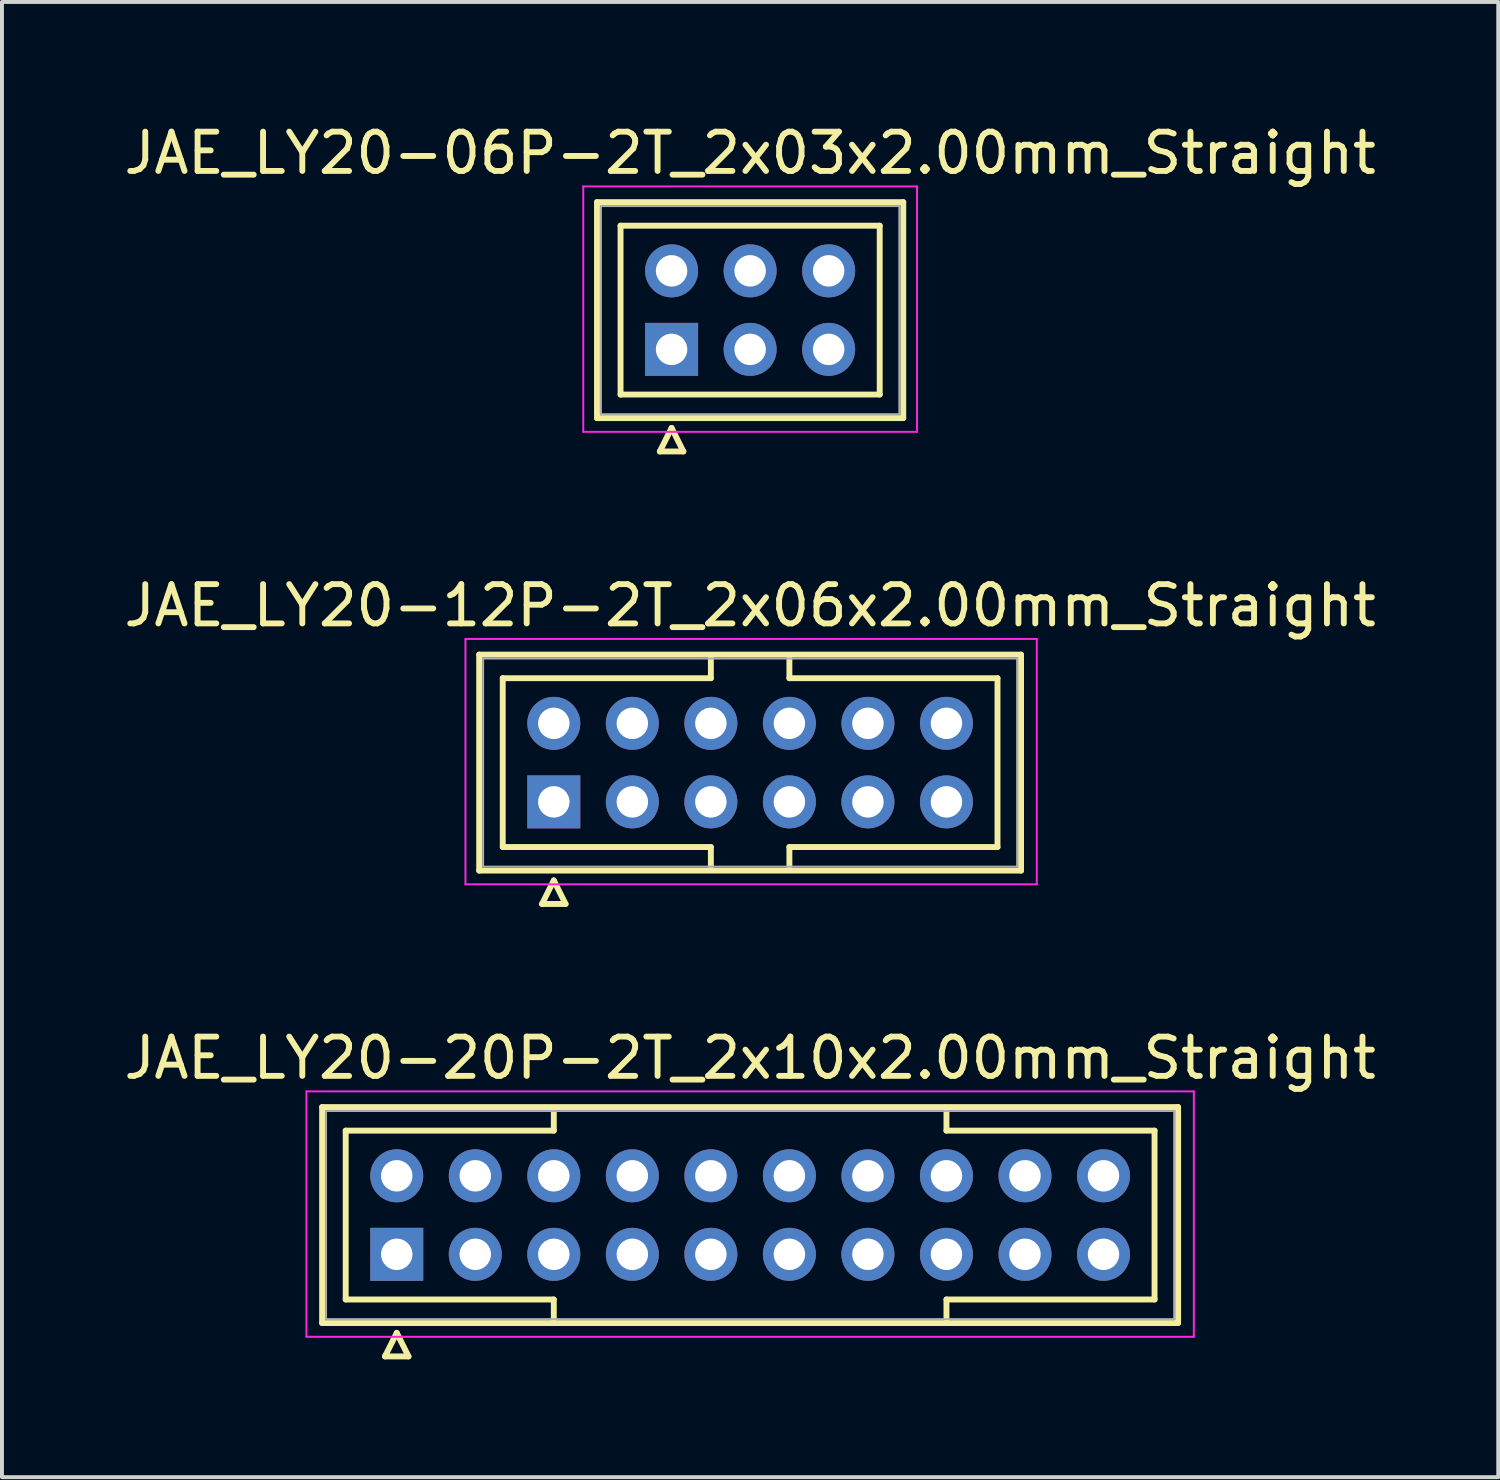
<source format=kicad_pcb>
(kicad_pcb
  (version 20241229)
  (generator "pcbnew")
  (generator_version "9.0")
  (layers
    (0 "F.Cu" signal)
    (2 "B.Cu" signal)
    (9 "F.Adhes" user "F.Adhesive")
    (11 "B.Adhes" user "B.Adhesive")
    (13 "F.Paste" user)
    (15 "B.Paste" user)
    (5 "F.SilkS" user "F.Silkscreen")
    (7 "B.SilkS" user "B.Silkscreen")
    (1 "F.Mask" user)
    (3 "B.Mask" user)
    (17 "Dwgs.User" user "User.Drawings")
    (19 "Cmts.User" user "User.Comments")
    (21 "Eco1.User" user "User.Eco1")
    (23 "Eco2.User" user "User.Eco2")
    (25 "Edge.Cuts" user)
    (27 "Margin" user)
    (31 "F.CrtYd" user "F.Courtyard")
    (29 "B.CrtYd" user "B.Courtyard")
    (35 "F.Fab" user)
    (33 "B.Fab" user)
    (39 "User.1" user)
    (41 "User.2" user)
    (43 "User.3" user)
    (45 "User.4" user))
  (footprint "JAE_LY20-06P-2T_2x03x2.00mm_Straight"
    (layer "F.Cu")
    (at 14.054 5.848)
    (property "Reference" "JAE_LY20-06P-2T_2x03x2.00mm_Straight" (at 2 -5 0) (layer "F.SilkS") (effects (font (size 1 1) (thickness 0.15))))
    (attr through_hole)
    (fp_line (start -1.9 -3.75) (end -1.9 1.75) (stroke (width 0.15) (type solid)) (layer "F.SilkS"))
    (fp_line (start -1.9 1.75) (end 5.9 1.75) (stroke (width 0.15) (type solid)) (layer "F.SilkS"))
    (fp_line (start -1.3 -3.15) (end -1.3 1.15) (stroke (width 0.15) (type solid)) (layer "F.SilkS"))
    (fp_line (start -1.3 1.15) (end 5.3 1.15) (stroke (width 0.15) (type solid)) (layer "F.SilkS"))
    (fp_line (start -0.3 2.6) (end 0.3 2.6) (stroke (width 0.15) (type solid)) (layer "F.SilkS"))
    (fp_line (start 0 2) (end -0.3 2.6) (stroke (width 0.15) (type solid)) (layer "F.SilkS"))
    (fp_line (start 0.3 2.6) (end 0 2) (stroke (width 0.15) (type solid)) (layer "F.SilkS"))
    (fp_line (start 5.3 -3.15) (end -1.3 -3.15) (stroke (width 0.15) (type solid)) (layer "F.SilkS"))
    (fp_line (start 5.3 1.15) (end 5.3 -3.15) (stroke (width 0.15) (type solid)) (layer "F.SilkS"))
    (fp_line (start 5.9 -3.75) (end -1.9 -3.75) (stroke (width 0.15) (type solid)) (layer "F.SilkS"))
    (fp_line (start 5.9 1.75) (end 5.9 -3.75) (stroke (width 0.15) (type solid)) (layer "F.SilkS"))
    (fp_line (start -2.25 -4.15) (end -2.25 2.1) (stroke (width 0.05) (type solid)) (layer "F.CrtYd"))
    (fp_line (start -2.25 2.1) (end 6.25 2.1) (stroke (width 0.05) (type solid)) (layer "F.CrtYd"))
    (fp_line (start 6.25 -4.15) (end -2.25 -4.15) (stroke (width 0.05) (type solid)) (layer "F.CrtYd"))
    (fp_line (start 6.25 2.1) (end 6.25 -4.15) (stroke (width 0.05) (type solid)) (layer "F.CrtYd"))
    (fp_line (start -1.8 -3.65) (end -1.8 1.65) (stroke (width 0.05) (type solid)) (layer "F.Fab"))
    (fp_line (start -1.8 1.65) (end 5.8 1.65) (stroke (width 0.05) (type solid)) (layer "F.Fab"))
    (fp_line (start 5.8 -3.65) (end -1.8 -3.65) (stroke (width 0.05) (type solid)) (layer "F.Fab"))
    (fp_line (start 5.8 1.65) (end 5.8 -3.65) (stroke (width 0.05) (type solid)) (layer "F.Fab"))
    (pad "1" thru_hole rect (at 0 0) (size 1.35 1.35) (drill 0.8) (layers "*.Cu" "*.Mask"))
    (pad "2" thru_hole circle (at 2 0) (size 1.35 1.35) (drill 0.8) (layers "*.Cu" "*.Mask"))
    (pad "3" thru_hole circle (at 4 0) (size 1.35 1.35) (drill 0.8) (layers "*.Cu" "*.Mask"))
    (pad "4" thru_hole circle (at 0 -2) (size 1.35 1.35) (drill 0.8) (layers "*.Cu" "*.Mask"))
    (pad "5" thru_hole circle (at 2 -2) (size 1.35 1.35) (drill 0.8) (layers "*.Cu" "*.Mask"))
    (pad "6" thru_hole circle (at 4 -2) (size 1.35 1.35) (drill 0.8) (layers "*.Cu" "*.Mask")))
  (footprint "JAE_LY20-12P-2T_2x06x2.00mm_Straight"
    (layer "F.Cu")
    (at 11.054 17.372)
    (property "Reference" "JAE_LY20-12P-2T_2x06x2.00mm_Straight" (at 5 -5 0) (layer "F.SilkS") (effects (font (size 1 1) (thickness 0.15))))
    (attr through_hole)
    (fp_line (start -1.9 -3.75) (end -1.9 1.75) (stroke (width 0.15) (type solid)) (layer "F.SilkS"))
    (fp_line (start -1.9 1.75) (end 11.9 1.75) (stroke (width 0.15) (type solid)) (layer "F.SilkS"))
    (fp_line (start -1.3 -3.15) (end 4 -3.15) (stroke (width 0.15) (type solid)) (layer "F.SilkS"))
    (fp_line (start -1.3 1.15) (end -1.3 -3.15) (stroke (width 0.15) (type solid)) (layer "F.SilkS"))
    (fp_line (start -0.3 2.6) (end 0.3 2.6) (stroke (width 0.15) (type solid)) (layer "F.SilkS"))
    (fp_line (start 0 2) (end -0.3 2.6) (stroke (width 0.15) (type solid)) (layer "F.SilkS"))
    (fp_line (start 0.3 2.6) (end 0 2) (stroke (width 0.15) (type solid)) (layer "F.SilkS"))
    (fp_line (start 4 -3.15) (end 4 -3.65) (stroke (width 0.15) (type solid)) (layer "F.SilkS"))
    (fp_line (start 4 1.15) (end -1.3 1.15) (stroke (width 0.15) (type solid)) (layer "F.SilkS"))
    (fp_line (start 4 1.65) (end 4 1.15) (stroke (width 0.15) (type solid)) (layer "F.SilkS"))
    (fp_line (start 6 -3.15) (end 6 -3.65) (stroke (width 0.15) (type solid)) (layer "F.SilkS"))
    (fp_line (start 6 1.15) (end 11.3 1.15) (stroke (width 0.15) (type solid)) (layer "F.SilkS"))
    (fp_line (start 6 1.65) (end 6 1.15) (stroke (width 0.15) (type solid)) (layer "F.SilkS"))
    (fp_line (start 11.3 -3.15) (end 6 -3.15) (stroke (width 0.15) (type solid)) (layer "F.SilkS"))
    (fp_line (start 11.3 1.15) (end 11.3 -3.15) (stroke (width 0.15) (type solid)) (layer "F.SilkS"))
    (fp_line (start 11.9 -3.75) (end -1.9 -3.75) (stroke (width 0.15) (type solid)) (layer "F.SilkS"))
    (fp_line (start 11.9 1.75) (end 11.9 -3.75) (stroke (width 0.15) (type solid)) (layer "F.SilkS"))
    (fp_line (start -2.25 -4.15) (end -2.25 2.1) (stroke (width 0.05) (type solid)) (layer "F.CrtYd"))
    (fp_line (start -2.25 2.1) (end 12.3 2.1) (stroke (width 0.05) (type solid)) (layer "F.CrtYd"))
    (fp_line (start 12.3 -4.15) (end -2.25 -4.15) (stroke (width 0.05) (type solid)) (layer "F.CrtYd"))
    (fp_line (start 12.3 2.1) (end 12.3 -4.15) (stroke (width 0.05) (type solid)) (layer "F.CrtYd"))
    (fp_line (start -1.8 -3.65) (end -1.8 1.65) (stroke (width 0.05) (type solid)) (layer "F.Fab"))
    (fp_line (start -1.8 1.65) (end 11.8 1.65) (stroke (width 0.05) (type solid)) (layer "F.Fab"))
    (fp_line (start 11.8 -3.65) (end -1.8 -3.65) (stroke (width 0.05) (type solid)) (layer "F.Fab"))
    (fp_line (start 11.8 1.65) (end 11.8 -3.65) (stroke (width 0.05) (type solid)) (layer "F.Fab"))
    (pad "1" thru_hole rect (at 0 0) (size 1.35 1.35) (drill 0.8) (layers "*.Cu" "*.Mask"))
    (pad "2" thru_hole circle (at 2 0) (size 1.35 1.35) (drill 0.8) (layers "*.Cu" "*.Mask"))
    (pad "3" thru_hole circle (at 4 0) (size 1.35 1.35) (drill 0.8) (layers "*.Cu" "*.Mask"))
    (pad "4" thru_hole circle (at 6 0) (size 1.35 1.35) (drill 0.8) (layers "*.Cu" "*.Mask"))
    (pad "5" thru_hole circle (at 8 0) (size 1.35 1.35) (drill 0.8) (layers "*.Cu" "*.Mask"))
    (pad "6" thru_hole circle (at 10 0) (size 1.35 1.35) (drill 0.8) (layers "*.Cu" "*.Mask"))
    (pad "7" thru_hole circle (at 0 -2) (size 1.35 1.35) (drill 0.8) (layers "*.Cu" "*.Mask"))
    (pad "8" thru_hole circle (at 2 -2) (size 1.35 1.35) (drill 0.8) (layers "*.Cu" "*.Mask"))
    (pad "9" thru_hole circle (at 4 -2) (size 1.35 1.35) (drill 0.8) (layers "*.Cu" "*.Mask"))
    (pad "10" thru_hole circle (at 6 -2) (size 1.35 1.35) (drill 0.8) (layers "*.Cu" "*.Mask"))
    (pad "11" thru_hole circle (at 8 -2) (size 1.35 1.35) (drill 0.8) (layers "*.Cu" "*.Mask"))
    (pad "12" thru_hole circle (at 10 -2) (size 1.35 1.35) (drill 0.8) (layers "*.Cu" "*.Mask")))
  (footprint "JAE_LY20-20P-2T_2x10x2.00mm_Straight"
    (layer "F.Cu")
    (at 7.054 28.895)
    (property "Reference" "JAE_LY20-20P-2T_2x10x2.00mm_Straight" (at 9 -5 0) (layer "F.SilkS") (effects (font (size 1 1) (thickness 0.15))))
    (attr through_hole)
    (fp_line (start -1.9 -3.75) (end -1.9 1.75) (stroke (width 0.15) (type solid)) (layer "F.SilkS"))
    (fp_line (start -1.9 1.75) (end 19.9 1.75) (stroke (width 0.15) (type solid)) (layer "F.SilkS"))
    (fp_line (start -1.3 -3.15) (end 4 -3.15) (stroke (width 0.15) (type solid)) (layer "F.SilkS"))
    (fp_line (start -1.3 1.15) (end -1.3 -3.15) (stroke (width 0.15) (type solid)) (layer "F.SilkS"))
    (fp_line (start -0.3 2.6) (end 0.3 2.6) (stroke (width 0.15) (type solid)) (layer "F.SilkS"))
    (fp_line (start 0 2) (end -0.3 2.6) (stroke (width 0.15) (type solid)) (layer "F.SilkS"))
    (fp_line (start 0.3 2.6) (end 0 2) (stroke (width 0.15) (type solid)) (layer "F.SilkS"))
    (fp_line (start 4 -3.15) (end 4 -3.65) (stroke (width 0.15) (type solid)) (layer "F.SilkS"))
    (fp_line (start 4 1.15) (end -1.3 1.15) (stroke (width 0.15) (type solid)) (layer "F.SilkS"))
    (fp_line (start 4 1.65) (end 4 1.15) (stroke (width 0.15) (type solid)) (layer "F.SilkS"))
    (fp_line (start 14 -3.15) (end 14 -3.65) (stroke (width 0.15) (type solid)) (layer "F.SilkS"))
    (fp_line (start 14 1.15) (end 19.3 1.15) (stroke (width 0.15) (type solid)) (layer "F.SilkS"))
    (fp_line (start 14 1.65) (end 14 1.15) (stroke (width 0.15) (type solid)) (layer "F.SilkS"))
    (fp_line (start 19.3 -3.15) (end 14 -3.15) (stroke (width 0.15) (type solid)) (layer "F.SilkS"))
    (fp_line (start 19.3 1.15) (end 19.3 -3.15) (stroke (width 0.15) (type solid)) (layer "F.SilkS"))
    (fp_line (start 19.9 -3.75) (end -1.9 -3.75) (stroke (width 0.15) (type solid)) (layer "F.SilkS"))
    (fp_line (start 19.9 1.75) (end 19.9 -3.75) (stroke (width 0.15) (type solid)) (layer "F.SilkS"))
    (fp_line (start -2.3 -4.15) (end -2.3 2.1) (stroke (width 0.05) (type solid)) (layer "F.CrtYd"))
    (fp_line (start -2.3 2.1) (end 20.3 2.1) (stroke (width 0.05) (type solid)) (layer "F.CrtYd"))
    (fp_line (start 20.3 -4.15) (end -2.3 -4.15) (stroke (width 0.05) (type solid)) (layer "F.CrtYd"))
    (fp_line (start 20.3 2.1) (end 20.3 -4.15) (stroke (width 0.05) (type solid)) (layer "F.CrtYd"))
    (fp_line (start -1.8 -3.65) (end -1.8 1.65) (stroke (width 0.05) (type solid)) (layer "F.Fab"))
    (fp_line (start -1.8 1.65) (end 19.8 1.65) (stroke (width 0.05) (type solid)) (layer "F.Fab"))
    (fp_line (start 19.8 -3.65) (end -1.8 -3.65) (stroke (width 0.05) (type solid)) (layer "F.Fab"))
    (fp_line (start 19.8 1.65) (end 19.8 -3.65) (stroke (width 0.05) (type solid)) (layer "F.Fab"))
    (pad "1" thru_hole rect (at 0 0) (size 1.35 1.35) (drill 0.8) (layers "*.Cu" "*.Mask"))
    (pad "2" thru_hole circle (at 2 0) (size 1.35 1.35) (drill 0.8) (layers "*.Cu" "*.Mask"))
    (pad "3" thru_hole circle (at 4 0) (size 1.35 1.35) (drill 0.8) (layers "*.Cu" "*.Mask"))
    (pad "4" thru_hole circle (at 6 0) (size 1.35 1.35) (drill 0.8) (layers "*.Cu" "*.Mask"))
    (pad "5" thru_hole circle (at 8 0) (size 1.35 1.35) (drill 0.8) (layers "*.Cu" "*.Mask"))
    (pad "6" thru_hole circle (at 10 0) (size 1.35 1.35) (drill 0.8) (layers "*.Cu" "*.Mask"))
    (pad "7" thru_hole circle (at 12 0) (size 1.35 1.35) (drill 0.8) (layers "*.Cu" "*.Mask"))
    (pad "8" thru_hole circle (at 14 0) (size 1.35 1.35) (drill 0.8) (layers "*.Cu" "*.Mask"))
    (pad "9" thru_hole circle (at 16 0) (size 1.35 1.35) (drill 0.8) (layers "*.Cu" "*.Mask"))
    (pad "10" thru_hole circle (at 18 0) (size 1.35 1.35) (drill 0.8) (layers "*.Cu" "*.Mask"))
    (pad "11" thru_hole circle (at 0 -2) (size 1.35 1.35) (drill 0.8) (layers "*.Cu" "*.Mask"))
    (pad "12" thru_hole circle (at 2 -2) (size 1.35 1.35) (drill 0.8) (layers "*.Cu" "*.Mask"))
    (pad "13" thru_hole circle (at 4 -2) (size 1.35 1.35) (drill 0.8) (layers "*.Cu" "*.Mask"))
    (pad "14" thru_hole circle (at 6 -2) (size 1.35 1.35) (drill 0.8) (layers "*.Cu" "*.Mask"))
    (pad "15" thru_hole circle (at 8 -2) (size 1.35 1.35) (drill 0.8) (layers "*.Cu" "*.Mask"))
    (pad "16" thru_hole circle (at 10 -2) (size 1.35 1.35) (drill 0.8) (layers "*.Cu" "*.Mask"))
    (pad "17" thru_hole circle (at 12 -2) (size 1.35 1.35) (drill 0.8) (layers "*.Cu" "*.Mask"))
    (pad "18" thru_hole circle (at 14 -2) (size 1.35 1.35) (drill 0.8) (layers "*.Cu" "*.Mask"))
    (pad "19" thru_hole circle (at 16 -2) (size 1.35 1.35) (drill 0.8) (layers "*.Cu" "*.Mask"))
    (pad "20" thru_hole circle (at 18 -2) (size 1.35 1.35) (drill 0.8) (layers "*.Cu" "*.Mask")))
  (gr_rect
    (start -3 -3)
    (end 35.107 34.57)
    (stroke (width 0.1) (type default))
    (fill no)
    (layer "Edge.Cuts")))
</source>
